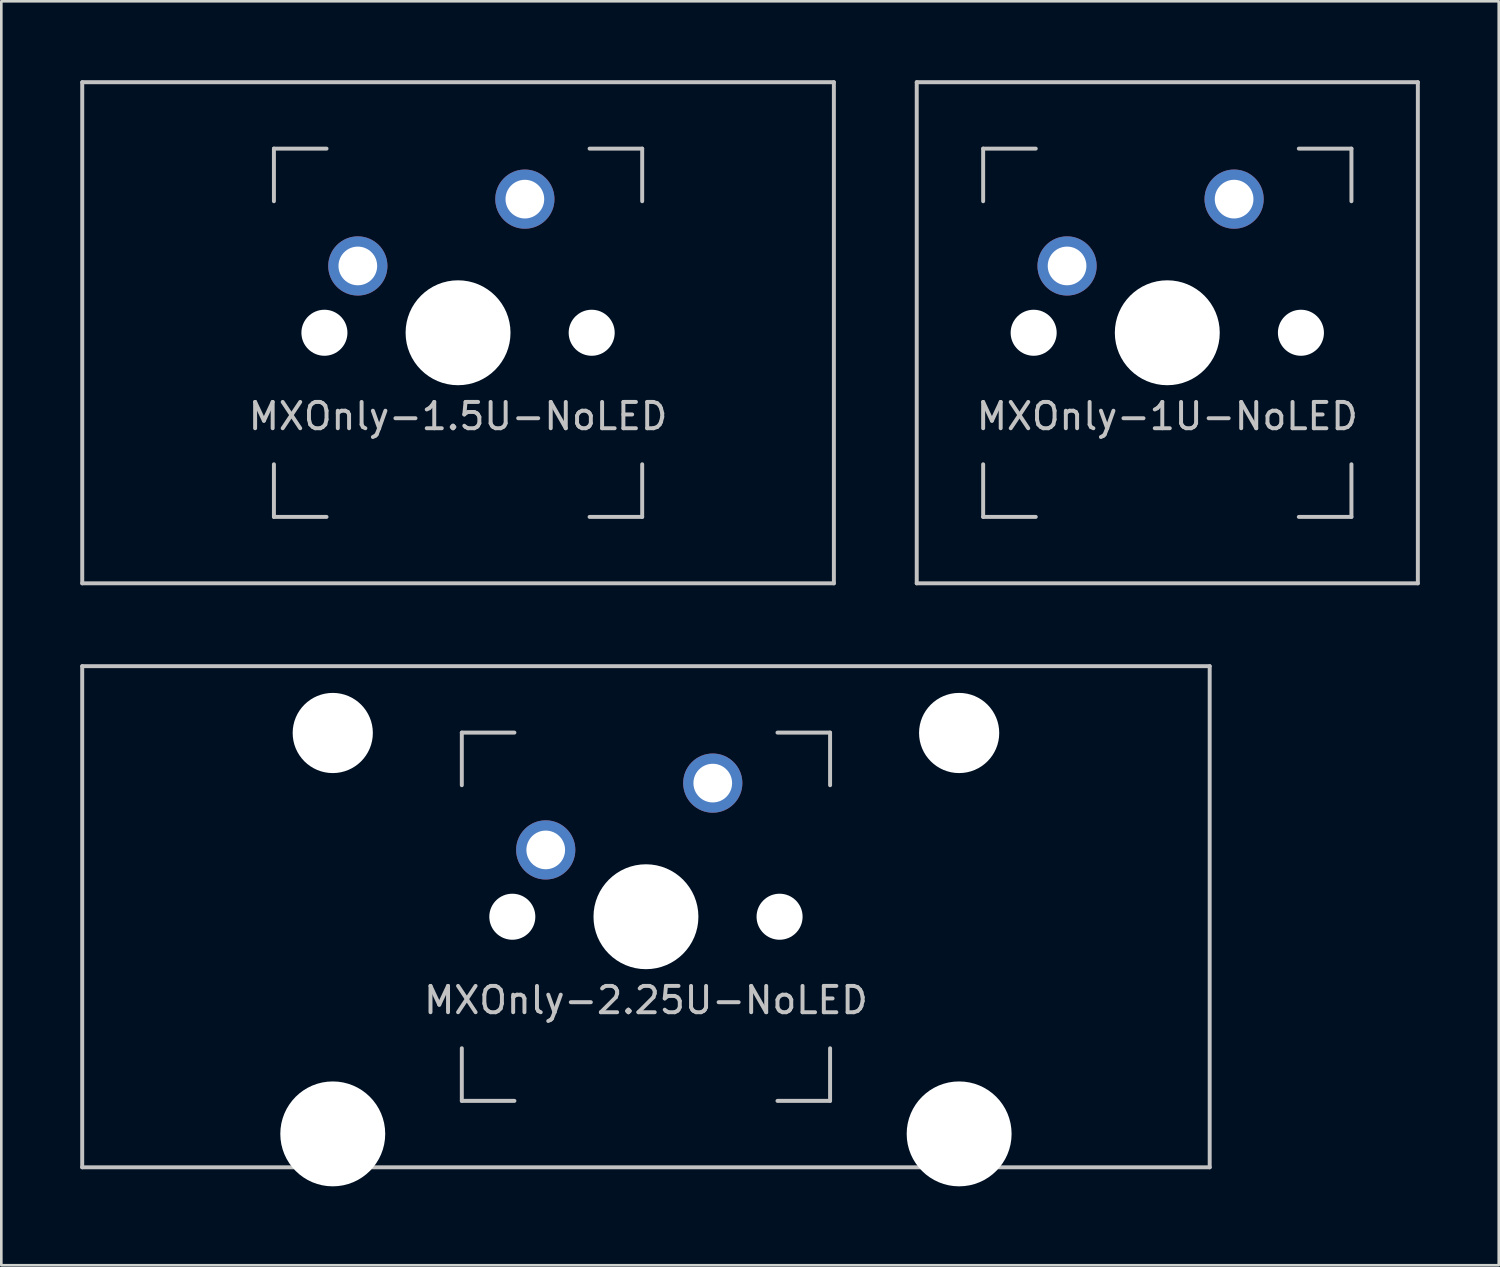
<source format=kicad_pcb>
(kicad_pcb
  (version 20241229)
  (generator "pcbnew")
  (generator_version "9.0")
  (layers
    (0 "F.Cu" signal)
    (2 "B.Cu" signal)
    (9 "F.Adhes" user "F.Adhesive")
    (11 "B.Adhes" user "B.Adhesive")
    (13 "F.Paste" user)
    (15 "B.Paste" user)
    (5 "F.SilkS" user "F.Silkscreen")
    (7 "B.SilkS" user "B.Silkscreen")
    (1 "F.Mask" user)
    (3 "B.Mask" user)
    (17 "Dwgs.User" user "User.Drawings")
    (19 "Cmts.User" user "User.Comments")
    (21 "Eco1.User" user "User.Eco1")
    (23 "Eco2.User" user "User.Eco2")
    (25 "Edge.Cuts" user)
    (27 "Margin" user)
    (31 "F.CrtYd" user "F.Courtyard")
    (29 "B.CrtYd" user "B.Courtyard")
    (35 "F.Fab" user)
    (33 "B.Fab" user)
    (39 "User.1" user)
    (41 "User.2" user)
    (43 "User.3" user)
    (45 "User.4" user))
  (footprint "MXOnly-1.5U-NoLED"
    (layer "F.Cu")
    (at 14.363 9.6)
    (property "Reference" "MXOnly-1.5U-NoLED" (at 0 3.175 0) (layer "Dwgs.User") (effects (font (size 1 1) (thickness 0.15))))
    (attr through_hole)
    (fp_line (start -14.287 -9.525) (end 14.287 -9.525) (stroke (width 0.15) (type solid)) (layer "Dwgs.User"))
    (fp_line (start -14.287 9.525) (end -14.287 -9.525) (stroke (width 0.15) (type solid)) (layer "Dwgs.User"))
    (fp_line (start -14.287 9.525) (end 14.287 9.525) (stroke (width 0.15) (type solid)) (layer "Dwgs.User"))
    (fp_line (start -7 -7) (end -7 -5) (stroke (width 0.15) (type solid)) (layer "Dwgs.User"))
    (fp_line (start -7 5) (end -7 7) (stroke (width 0.15) (type solid)) (layer "Dwgs.User"))
    (fp_line (start -7 7) (end -5 7) (stroke (width 0.15) (type solid)) (layer "Dwgs.User"))
    (fp_line (start -5 -7) (end -7 -7) (stroke (width 0.15) (type solid)) (layer "Dwgs.User"))
    (fp_line (start 5 -7) (end 7 -7) (stroke (width 0.15) (type solid)) (layer "Dwgs.User"))
    (fp_line (start 5 7) (end 7 7) (stroke (width 0.15) (type solid)) (layer "Dwgs.User"))
    (fp_line (start 7 -7) (end 7 -5) (stroke (width 0.15) (type solid)) (layer "Dwgs.User"))
    (fp_line (start 7 7) (end 7 5) (stroke (width 0.15) (type solid)) (layer "Dwgs.User"))
    (fp_line (start 14.287 -9.525) (end 14.287 9.525) (stroke (width 0.15) (type solid)) (layer "Dwgs.User"))
    (pad "" np_thru_hole circle (at -5.08 0 48.1) (size 1.75 1.75) (drill 1.75) (layers "*.Cu" "*.Mask"))
    (pad "" np_thru_hole circle (at 0 0) (size 3.988 3.988) (drill 3.988) (layers "*.Cu" "*.Mask"))
    (pad "" np_thru_hole circle (at 5.08 0 48.1) (size 1.75 1.75) (drill 1.75) (layers "*.Cu" "*.Mask"))
    (pad "1" thru_hole circle (at -3.81 -2.54) (size 2.25 2.25) (drill 1.47) (layers "*.Cu" "B.Mask"))
    (pad "2" thru_hole circle (at 2.54 -5.08) (size 2.25 2.25) (drill 1.47) (layers "*.Cu" "B.Mask")))
  (footprint "MXOnly-1U-NoLED"
    (layer "F.Cu")
    (at 41.325 9.6)
    (property "Reference" "MXOnly-1U-NoLED" (at 0 3.175 0) (layer "Dwgs.User") (effects (font (size 1 1) (thickness 0.15))))
    (attr through_hole)
    (fp_line (start -9.525 -9.525) (end 9.525 -9.525) (stroke (width 0.15) (type solid)) (layer "Dwgs.User"))
    (fp_line (start -9.525 9.525) (end -9.525 -9.525) (stroke (width 0.15) (type solid)) (layer "Dwgs.User"))
    (fp_line (start -7 -7) (end -7 -5) (stroke (width 0.15) (type solid)) (layer "Dwgs.User"))
    (fp_line (start -7 5) (end -7 7) (stroke (width 0.15) (type solid)) (layer "Dwgs.User"))
    (fp_line (start -7 7) (end -5 7) (stroke (width 0.15) (type solid)) (layer "Dwgs.User"))
    (fp_line (start -5 -7) (end -7 -7) (stroke (width 0.15) (type solid)) (layer "Dwgs.User"))
    (fp_line (start 5 -7) (end 7 -7) (stroke (width 0.15) (type solid)) (layer "Dwgs.User"))
    (fp_line (start 5 7) (end 7 7) (stroke (width 0.15) (type solid)) (layer "Dwgs.User"))
    (fp_line (start 7 -7) (end 7 -5) (stroke (width 0.15) (type solid)) (layer "Dwgs.User"))
    (fp_line (start 7 7) (end 7 5) (stroke (width 0.15) (type solid)) (layer "Dwgs.User"))
    (fp_line (start 9.525 -9.525) (end 9.525 9.525) (stroke (width 0.15) (type solid)) (layer "Dwgs.User"))
    (fp_line (start 9.525 9.525) (end -9.525 9.525) (stroke (width 0.15) (type solid)) (layer "Dwgs.User"))
    (pad "" np_thru_hole circle (at -5.08 0 48.1) (size 1.75 1.75) (drill 1.75) (layers "*.Cu" "*.Mask"))
    (pad "" np_thru_hole circle (at 0 0) (size 3.988 3.988) (drill 3.988) (layers "*.Cu" "*.Mask"))
    (pad "" np_thru_hole circle (at 5.08 0 48.1) (size 1.75 1.75) (drill 1.75) (layers "*.Cu" "*.Mask"))
    (pad "1" thru_hole circle (at -3.81 -2.54) (size 2.25 2.25) (drill 1.47) (layers "*.Cu" "B.Mask"))
    (pad "2" thru_hole circle (at 2.54 -5.08) (size 2.25 2.25) (drill 1.47) (layers "*.Cu" "B.Mask")))
  (footprint "MXOnly-2.25U-NoLED"
    (layer "F.Cu")
    (at 21.506 31.8)
    (property "Reference" "MXOnly-2.25U-NoLED" (at 0 3.175 0) (layer "Dwgs.User") (effects (font (size 1 1) (thickness 0.15))))
    (attr through_hole)
    (fp_line (start -21.431 -9.525) (end 21.431 -9.525) (stroke (width 0.15) (type solid)) (layer "Dwgs.User"))
    (fp_line (start -21.431 9.525) (end -21.431 -9.525) (stroke (width 0.15) (type solid)) (layer "Dwgs.User"))
    (fp_line (start -21.431 9.525) (end 21.431 9.525) (stroke (width 0.15) (type solid)) (layer "Dwgs.User"))
    (fp_line (start -7 -7) (end -7 -5) (stroke (width 0.15) (type solid)) (layer "Dwgs.User"))
    (fp_line (start -7 5) (end -7 7) (stroke (width 0.15) (type solid)) (layer "Dwgs.User"))
    (fp_line (start -7 7) (end -5 7) (stroke (width 0.15) (type solid)) (layer "Dwgs.User"))
    (fp_line (start -5 -7) (end -7 -7) (stroke (width 0.15) (type solid)) (layer "Dwgs.User"))
    (fp_line (start 5 -7) (end 7 -7) (stroke (width 0.15) (type solid)) (layer "Dwgs.User"))
    (fp_line (start 5 7) (end 7 7) (stroke (width 0.15) (type solid)) (layer "Dwgs.User"))
    (fp_line (start 7 -7) (end 7 -5) (stroke (width 0.15) (type solid)) (layer "Dwgs.User"))
    (fp_line (start 7 7) (end 7 5) (stroke (width 0.15) (type solid)) (layer "Dwgs.User"))
    (fp_line (start 21.431 -9.525) (end 21.431 9.525) (stroke (width 0.15) (type solid)) (layer "Dwgs.User"))
    (pad "" np_thru_hole circle (at -11.906 -6.985) (size 3.048 3.048) (drill 3.048) (layers "*.Cu" "*.Mask"))
    (pad "" np_thru_hole circle (at -11.906 8.255) (size 3.988 3.988) (drill 3.988) (layers "*.Cu" "*.Mask"))
    (pad "" np_thru_hole circle (at -5.08 0 48.1) (size 1.75 1.75) (drill 1.75) (layers "*.Cu" "*.Mask"))
    (pad "" np_thru_hole circle (at 0 0) (size 3.988 3.988) (drill 3.988) (layers "*.Cu" "*.Mask"))
    (pad "" np_thru_hole circle (at 5.08 0 48.1) (size 1.75 1.75) (drill 1.75) (layers "*.Cu" "*.Mask"))
    (pad "" np_thru_hole circle (at 11.906 -6.985) (size 3.048 3.048) (drill 3.048) (layers "*.Cu" "*.Mask"))
    (pad "" np_thru_hole circle (at 11.906 8.255) (size 3.988 3.988) (drill 3.988) (layers "*.Cu" "*.Mask"))
    (pad "1" thru_hole circle (at -3.81 -2.54) (size 2.25 2.25) (drill 1.47) (layers "*.Cu" "B.Mask"))
    (pad "2" thru_hole circle (at 2.54 -5.08) (size 2.25 2.25) (drill 1.47) (layers "*.Cu" "B.Mask")))
  (gr_rect
    (start -3 -3)
    (end 53.925 45.049)
    (stroke (width 0.1) (type default))
    (fill no)
    (layer "Edge.Cuts")))
</source>
